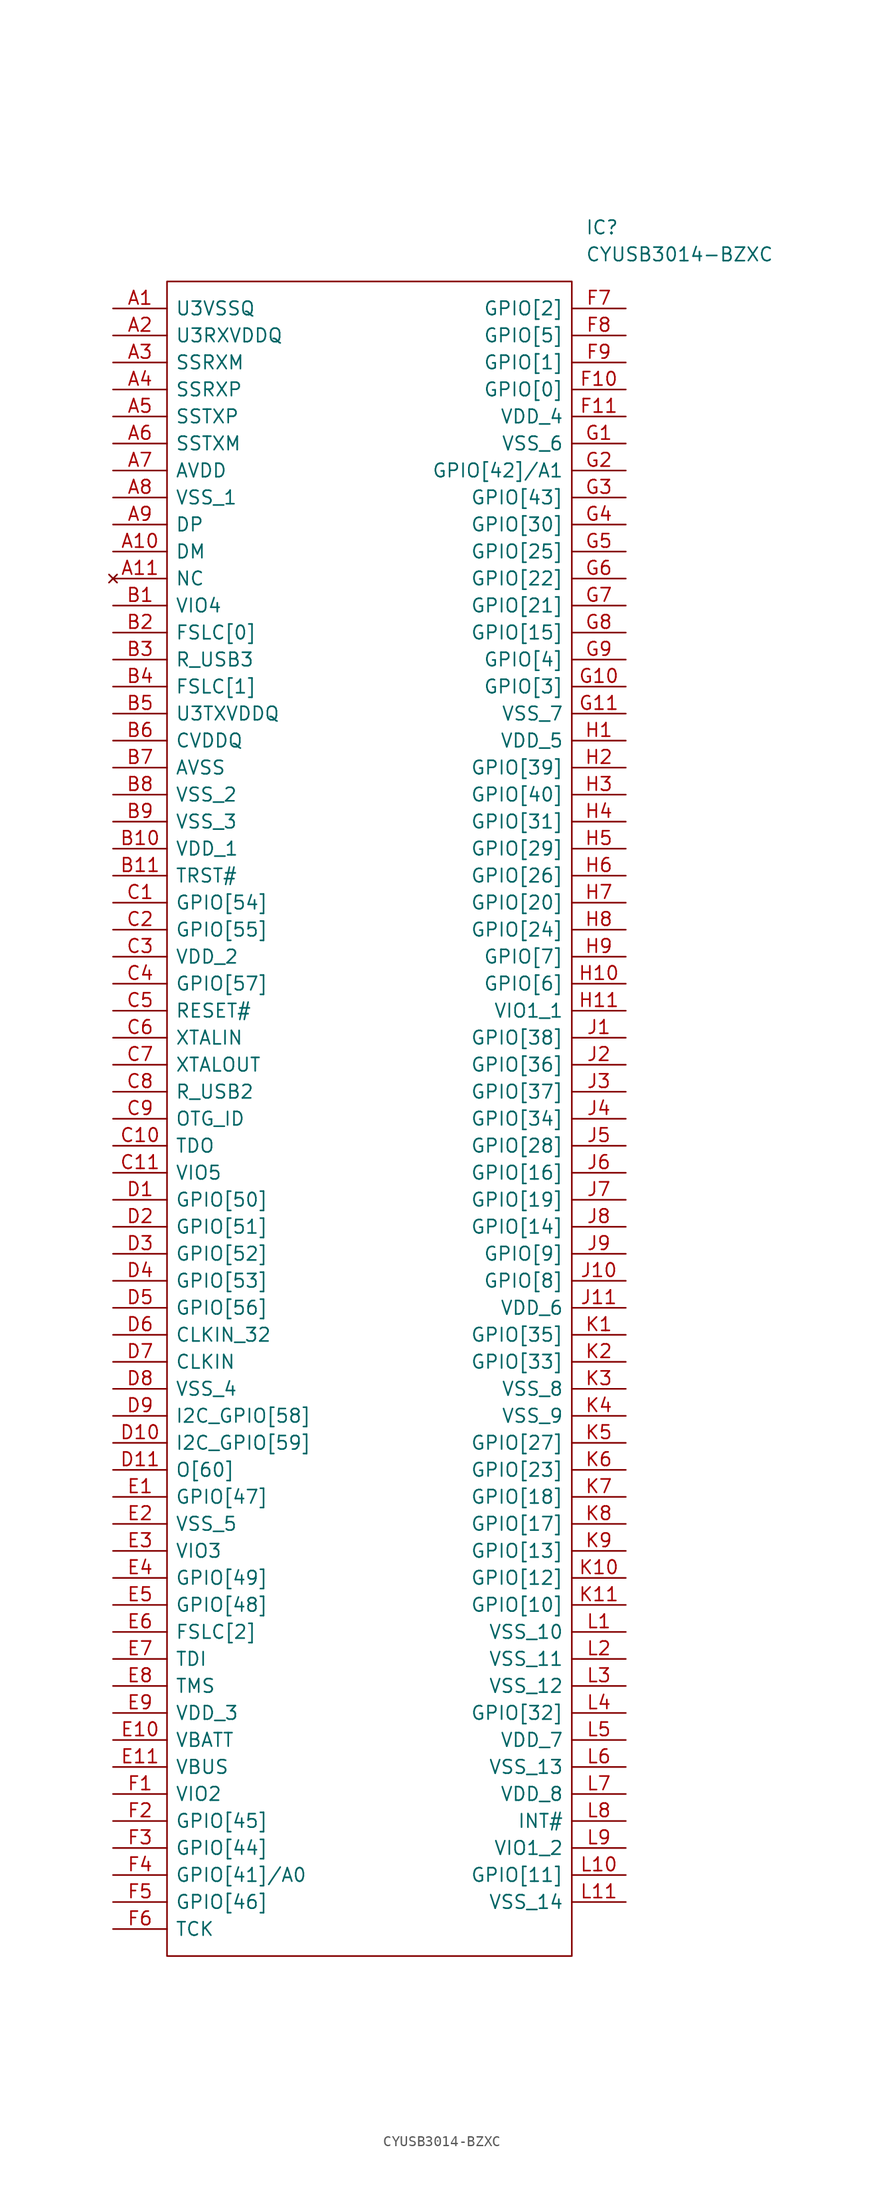
<source format=kicad_sym>
(kicad_symbol_lib
  (version 20211014)
  (generator kicad_symbol_editor)
  (symbol "CYUSB3014-BZXC"
    (pin_names
      (offset 0.762))
    (property "Reference" "IC"
      (at 44.45 7.62 0)
      (effects (font (size 1.27 1.27)) (justify left)))
    (property "Value" "CYUSB3014-BZXC"
      (at 44.45 5.08 0)
      (effects (font (size 1.27 1.27)) (justify left)))
    (symbol "CYUSB3014-BZXC_0_0"
      (pin passive line (at 0 0 0) (length 5.08) (name "U3VSSQ" (effects (font (size 1.27 1.27)))) (number "A1" (effects (font (size 1.27 1.27)))))
      (pin passive line (at 0 -22.86 0) (length 5.08) (name "DM" (effects (font (size 1.27 1.27)))) (number "A10" (effects (font (size 1.27 1.27)))))
      (pin no_connect line (at 0 -25.4 0) (length 5.08) (name "NC" (effects (font (size 1.27 1.27)))) (number "A11" (effects (font (size 1.27 1.27)))))
      (pin passive line (at 0 -2.54 0) (length 5.08) (name "U3RXVDDQ" (effects (font (size 1.27 1.27)))) (number "A2" (effects (font (size 1.27 1.27)))))
      (pin passive line (at 0 -5.08 0) (length 5.08) (name "SSRXM" (effects (font (size 1.27 1.27)))) (number "A3" (effects (font (size 1.27 1.27)))))
      (pin passive line (at 0 -7.62 0) (length 5.08) (name "SSRXP" (effects (font (size 1.27 1.27)))) (number "A4" (effects (font (size 1.27 1.27)))))
      (pin passive line (at 0 -10.16 0) (length 5.08) (name "SSTXP" (effects (font (size 1.27 1.27)))) (number "A5" (effects (font (size 1.27 1.27)))))
      (pin passive line (at 0 -12.7 0) (length 5.08) (name "SSTXM" (effects (font (size 1.27 1.27)))) (number "A6" (effects (font (size 1.27 1.27)))))
      (pin passive line (at 0 -15.24 0) (length 5.08) (name "AVDD" (effects (font (size 1.27 1.27)))) (number "A7" (effects (font (size 1.27 1.27)))))
      (pin passive line (at 0 -17.78 0) (length 5.08) (name "VSS_1" (effects (font (size 1.27 1.27)))) (number "A8" (effects (font (size 1.27 1.27)))))
      (pin passive line (at 0 -20.32 0) (length 5.08) (name "DP" (effects (font (size 1.27 1.27)))) (number "A9" (effects (font (size 1.27 1.27)))))
      (pin passive line (at 0 -27.94 0) (length 5.08) (name "VIO4" (effects (font (size 1.27 1.27)))) (number "B1" (effects (font (size 1.27 1.27)))))
      (pin passive line (at 0 -50.8 0) (length 5.08) (name "VDD_1" (effects (font (size 1.27 1.27)))) (number "B10" (effects (font (size 1.27 1.27)))))
      (pin passive line (at 0 -53.34 0) (length 5.08) (name "TRST#" (effects (font (size 1.27 1.27)))) (number "B11" (effects (font (size 1.27 1.27)))))
      (pin passive line (at 0 -30.48 0) (length 5.08) (name "FSLC[0]" (effects (font (size 1.27 1.27)))) (number "B2" (effects (font (size 1.27 1.27)))))
      (pin passive line (at 0 -33.02 0) (length 5.08) (name "R_USB3" (effects (font (size 1.27 1.27)))) (number "B3" (effects (font (size 1.27 1.27)))))
      (pin passive line (at 0 -35.56 0) (length 5.08) (name "FSLC[1]" (effects (font (size 1.27 1.27)))) (number "B4" (effects (font (size 1.27 1.27)))))
      (pin passive line (at 0 -38.1 0) (length 5.08) (name "U3TXVDDQ" (effects (font (size 1.27 1.27)))) (number "B5" (effects (font (size 1.27 1.27)))))
      (pin passive line (at 0 -40.64 0) (length 5.08) (name "CVDDQ" (effects (font (size 1.27 1.27)))) (number "B6" (effects (font (size 1.27 1.27)))))
      (pin passive line (at 0 -43.18 0) (length 5.08) (name "AVSS" (effects (font (size 1.27 1.27)))) (number "B7" (effects (font (size 1.27 1.27)))))
      (pin passive line (at 0 -45.72 0) (length 5.08) (name "VSS_2" (effects (font (size 1.27 1.27)))) (number "B8" (effects (font (size 1.27 1.27)))))
      (pin passive line (at 0 -48.26 0) (length 5.08) (name "VSS_3" (effects (font (size 1.27 1.27)))) (number "B9" (effects (font (size 1.27 1.27)))))
      (pin passive line (at 0 -55.88 0) (length 5.08) (name "GPIO[54]" (effects (font (size 1.27 1.27)))) (number "C1" (effects (font (size 1.27 1.27)))))
      (pin passive line (at 0 -78.74 0) (length 5.08) (name "TDO" (effects (font (size 1.27 1.27)))) (number "C10" (effects (font (size 1.27 1.27)))))
      (pin passive line (at 0 -81.28 0) (length 5.08) (name "VIO5" (effects (font (size 1.27 1.27)))) (number "C11" (effects (font (size 1.27 1.27)))))
      (pin passive line (at 0 -58.42 0) (length 5.08) (name "GPIO[55]" (effects (font (size 1.27 1.27)))) (number "C2" (effects (font (size 1.27 1.27)))))
      (pin passive line (at 0 -60.96 0) (length 5.08) (name "VDD_2" (effects (font (size 1.27 1.27)))) (number "C3" (effects (font (size 1.27 1.27)))))
      (pin passive line (at 0 -63.5 0) (length 5.08) (name "GPIO[57]" (effects (font (size 1.27 1.27)))) (number "C4" (effects (font (size 1.27 1.27)))))
      (pin passive line (at 0 -66.04 0) (length 5.08) (name "RESET#" (effects (font (size 1.27 1.27)))) (number "C5" (effects (font (size 1.27 1.27)))))
      (pin passive line (at 0 -68.58 0) (length 5.08) (name "XTALIN" (effects (font (size 1.27 1.27)))) (number "C6" (effects (font (size 1.27 1.27)))))
      (pin passive line (at 0 -71.12 0) (length 5.08) (name "XTALOUT" (effects (font (size 1.27 1.27)))) (number "C7" (effects (font (size 1.27 1.27)))))
      (pin passive line (at 0 -73.66 0) (length 5.08) (name "R_USB2" (effects (font (size 1.27 1.27)))) (number "C8" (effects (font (size 1.27 1.27)))))
      (pin passive line (at 0 -76.2 0) (length 5.08) (name "OTG_ID" (effects (font (size 1.27 1.27)))) (number "C9" (effects (font (size 1.27 1.27)))))
      (pin passive line (at 0 -83.82 0) (length 5.08) (name "GPIO[50]" (effects (font (size 1.27 1.27)))) (number "D1" (effects (font (size 1.27 1.27)))))
      (pin passive line (at 0 -106.68 0) (length 5.08) (name "I2C_GPIO[59]" (effects (font (size 1.27 1.27)))) (number "D10" (effects (font (size 1.27 1.27)))))
      (pin passive line (at 0 -109.22 0) (length 5.08) (name "O[60]" (effects (font (size 1.27 1.27)))) (number "D11" (effects (font (size 1.27 1.27)))))
      (pin passive line (at 0 -86.36 0) (length 5.08) (name "GPIO[51]" (effects (font (size 1.27 1.27)))) (number "D2" (effects (font (size 1.27 1.27)))))
      (pin passive line (at 0 -88.9 0) (length 5.08) (name "GPIO[52]" (effects (font (size 1.27 1.27)))) (number "D3" (effects (font (size 1.27 1.27)))))
      (pin passive line (at 0 -91.44 0) (length 5.08) (name "GPIO[53]" (effects (font (size 1.27 1.27)))) (number "D4" (effects (font (size 1.27 1.27)))))
      (pin passive line (at 0 -93.98 0) (length 5.08) (name "GPIO[56]" (effects (font (size 1.27 1.27)))) (number "D5" (effects (font (size 1.27 1.27)))))
      (pin passive line (at 0 -96.52 0) (length 5.08) (name "CLKIN_32" (effects (font (size 1.27 1.27)))) (number "D6" (effects (font (size 1.27 1.27)))))
      (pin passive line (at 0 -99.06 0) (length 5.08) (name "CLKIN" (effects (font (size 1.27 1.27)))) (number "D7" (effects (font (size 1.27 1.27)))))
      (pin passive line (at 0 -101.6 0) (length 5.08) (name "VSS_4" (effects (font (size 1.27 1.27)))) (number "D8" (effects (font (size 1.27 1.27)))))
      (pin passive line (at 0 -104.14 0) (length 5.08) (name "I2C_GPIO[58]" (effects (font (size 1.27 1.27)))) (number "D9" (effects (font (size 1.27 1.27)))))
      (pin passive line (at 0 -111.76 0) (length 5.08) (name "GPIO[47]" (effects (font (size 1.27 1.27)))) (number "E1" (effects (font (size 1.27 1.27)))))
      (pin passive line (at 0 -134.62 0) (length 5.08) (name "VBATT" (effects (font (size 1.27 1.27)))) (number "E10" (effects (font (size 1.27 1.27)))))
      (pin passive line (at 0 -137.16 0) (length 5.08) (name "VBUS" (effects (font (size 1.27 1.27)))) (number "E11" (effects (font (size 1.27 1.27)))))
      (pin passive line (at 0 -114.3 0) (length 5.08) (name "VSS_5" (effects (font (size 1.27 1.27)))) (number "E2" (effects (font (size 1.27 1.27)))))
      (pin passive line (at 0 -116.84 0) (length 5.08) (name "VIO3" (effects (font (size 1.27 1.27)))) (number "E3" (effects (font (size 1.27 1.27)))))
      (pin passive line (at 0 -119.38 0) (length 5.08) (name "GPIO[49]" (effects (font (size 1.27 1.27)))) (number "E4" (effects (font (size 1.27 1.27)))))
      (pin passive line (at 0 -121.92 0) (length 5.08) (name "GPIO[48]" (effects (font (size 1.27 1.27)))) (number "E5" (effects (font (size 1.27 1.27)))))
      (pin passive line (at 0 -124.46 0) (length 5.08) (name "FSLC[2]" (effects (font (size 1.27 1.27)))) (number "E6" (effects (font (size 1.27 1.27)))))
      (pin passive line (at 0 -127 0) (length 5.08) (name "TDI" (effects (font (size 1.27 1.27)))) (number "E7" (effects (font (size 1.27 1.27)))))
      (pin passive line (at 0 -129.54 0) (length 5.08) (name "TMS" (effects (font (size 1.27 1.27)))) (number "E8" (effects (font (size 1.27 1.27)))))
      (pin passive line (at 0 -132.08 0) (length 5.08) (name "VDD_3" (effects (font (size 1.27 1.27)))) (number "E9" (effects (font (size 1.27 1.27)))))
      (pin passive line (at 0 -139.7 0) (length 5.08) (name "VIO2" (effects (font (size 1.27 1.27)))) (number "F1" (effects (font (size 1.27 1.27)))))
      (pin passive line (at 48.26 -7.62 180) (length 5.08) (name "GPIO[0]" (effects (font (size 1.27 1.27)))) (number "F10" (effects (font (size 1.27 1.27)))))
      (pin passive line (at 48.26 -10.16 180) (length 5.08) (name "VDD_4" (effects (font (size 1.27 1.27)))) (number "F11" (effects (font (size 1.27 1.27)))))
      (pin passive line (at 0 -142.24 0) (length 5.08) (name "GPIO[45]" (effects (font (size 1.27 1.27)))) (number "F2" (effects (font (size 1.27 1.27)))))
      (pin passive line (at 0 -144.78 0) (length 5.08) (name "GPIO[44]" (effects (font (size 1.27 1.27)))) (number "F3" (effects (font (size 1.27 1.27)))))
      (pin passive line (at 0 -147.32 0) (length 5.08) (name "GPIO[41]/A0" (effects (font (size 1.27 1.27)))) (number "F4" (effects (font (size 1.27 1.27)))))
      (pin passive line (at 0 -149.86 0) (length 5.08) (name "GPIO[46]" (effects (font (size 1.27 1.27)))) (number "F5" (effects (font (size 1.27 1.27)))))
      (pin passive line (at 0 -152.4 0) (length 5.08) (name "TCK" (effects (font (size 1.27 1.27)))) (number "F6" (effects (font (size 1.27 1.27)))))
      (pin passive line (at 48.26 0 180) (length 5.08) (name "GPIO[2]" (effects (font (size 1.27 1.27)))) (number "F7" (effects (font (size 1.27 1.27)))))
      (pin passive line (at 48.26 -2.54 180) (length 5.08) (name "GPIO[5]" (effects (font (size 1.27 1.27)))) (number "F8" (effects (font (size 1.27 1.27)))))
      (pin passive line (at 48.26 -5.08 180) (length 5.08) (name "GPIO[1]" (effects (font (size 1.27 1.27)))) (number "F9" (effects (font (size 1.27 1.27)))))
      (pin passive line (at 48.26 -12.7 180) (length 5.08) (name "VSS_6" (effects (font (size 1.27 1.27)))) (number "G1" (effects (font (size 1.27 1.27)))))
      (pin passive line (at 48.26 -35.56 180) (length 5.08) (name "GPIO[3]" (effects (font (size 1.27 1.27)))) (number "G10" (effects (font (size 1.27 1.27)))))
      (pin passive line (at 48.26 -38.1 180) (length 5.08) (name "VSS_7" (effects (font (size 1.27 1.27)))) (number "G11" (effects (font (size 1.27 1.27)))))
      (pin passive line (at 48.26 -15.24 180) (length 5.08) (name "GPIO[42]/A1" (effects (font (size 1.27 1.27)))) (number "G2" (effects (font (size 1.27 1.27)))))
      (pin passive line (at 48.26 -17.78 180) (length 5.08) (name "GPIO[43]" (effects (font (size 1.27 1.27)))) (number "G3" (effects (font (size 1.27 1.27)))))
      (pin passive line (at 48.26 -20.32 180) (length 5.08) (name "GPIO[30]" (effects (font (size 1.27 1.27)))) (number "G4" (effects (font (size 1.27 1.27)))))
      (pin passive line (at 48.26 -22.86 180) (length 5.08) (name "GPIO[25]" (effects (font (size 1.27 1.27)))) (number "G5" (effects (font (size 1.27 1.27)))))
      (pin passive line (at 48.26 -25.4 180) (length 5.08) (name "GPIO[22]" (effects (font (size 1.27 1.27)))) (number "G6" (effects (font (size 1.27 1.27)))))
      (pin passive line (at 48.26 -27.94 180) (length 5.08) (name "GPIO[21]" (effects (font (size 1.27 1.27)))) (number "G7" (effects (font (size 1.27 1.27)))))
      (pin passive line (at 48.26 -30.48 180) (length 5.08) (name "GPIO[15]" (effects (font (size 1.27 1.27)))) (number "G8" (effects (font (size 1.27 1.27)))))
      (pin passive line (at 48.26 -33.02 180) (length 5.08) (name "GPIO[4]" (effects (font (size 1.27 1.27)))) (number "G9" (effects (font (size 1.27 1.27)))))
      (pin passive line (at 48.26 -40.64 180) (length 5.08) (name "VDD_5" (effects (font (size 1.27 1.27)))) (number "H1" (effects (font (size 1.27 1.27)))))
      (pin passive line (at 48.26 -63.5 180) (length 5.08) (name "GPIO[6]" (effects (font (size 1.27 1.27)))) (number "H10" (effects (font (size 1.27 1.27)))))
      (pin passive line (at 48.26 -66.04 180) (length 5.08) (name "VIO1_1" (effects (font (size 1.27 1.27)))) (number "H11" (effects (font (size 1.27 1.27)))))
      (pin passive line (at 48.26 -43.18 180) (length 5.08) (name "GPIO[39]" (effects (font (size 1.27 1.27)))) (number "H2" (effects (font (size 1.27 1.27)))))
      (pin passive line (at 48.26 -45.72 180) (length 5.08) (name "GPIO[40]" (effects (font (size 1.27 1.27)))) (number "H3" (effects (font (size 1.27 1.27)))))
      (pin passive line (at 48.26 -48.26 180) (length 5.08) (name "GPIO[31]" (effects (font (size 1.27 1.27)))) (number "H4" (effects (font (size 1.27 1.27)))))
      (pin passive line (at 48.26 -50.8 180) (length 5.08) (name "GPIO[29]" (effects (font (size 1.27 1.27)))) (number "H5" (effects (font (size 1.27 1.27)))))
      (pin passive line (at 48.26 -53.34 180) (length 5.08) (name "GPIO[26]" (effects (font (size 1.27 1.27)))) (number "H6" (effects (font (size 1.27 1.27)))))
      (pin passive line (at 48.26 -55.88 180) (length 5.08) (name "GPIO[20]" (effects (font (size 1.27 1.27)))) (number "H7" (effects (font (size 1.27 1.27)))))
      (pin passive line (at 48.26 -58.42 180) (length 5.08) (name "GPIO[24]" (effects (font (size 1.27 1.27)))) (number "H8" (effects (font (size 1.27 1.27)))))
      (pin passive line (at 48.26 -60.96 180) (length 5.08) (name "GPIO[7]" (effects (font (size 1.27 1.27)))) (number "H9" (effects (font (size 1.27 1.27)))))
      (pin passive line (at 48.26 -68.58 180) (length 5.08) (name "GPIO[38]" (effects (font (size 1.27 1.27)))) (number "J1" (effects (font (size 1.27 1.27)))))
      (pin passive line (at 48.26 -91.44 180) (length 5.08) (name "GPIO[8]" (effects (font (size 1.27 1.27)))) (number "J10" (effects (font (size 1.27 1.27)))))
      (pin passive line (at 48.26 -93.98 180) (length 5.08) (name "VDD_6" (effects (font (size 1.27 1.27)))) (number "J11" (effects (font (size 1.27 1.27)))))
      (pin passive line (at 48.26 -71.12 180) (length 5.08) (name "GPIO[36]" (effects (font (size 1.27 1.27)))) (number "J2" (effects (font (size 1.27 1.27)))))
      (pin passive line (at 48.26 -73.66 180) (length 5.08) (name "GPIO[37]" (effects (font (size 1.27 1.27)))) (number "J3" (effects (font (size 1.27 1.27)))))
      (pin passive line (at 48.26 -76.2 180) (length 5.08) (name "GPIO[34]" (effects (font (size 1.27 1.27)))) (number "J4" (effects (font (size 1.27 1.27)))))
      (pin passive line (at 48.26 -78.74 180) (length 5.08) (name "GPIO[28]" (effects (font (size 1.27 1.27)))) (number "J5" (effects (font (size 1.27 1.27)))))
      (pin passive line (at 48.26 -81.28 180) (length 5.08) (name "GPIO[16]" (effects (font (size 1.27 1.27)))) (number "J6" (effects (font (size 1.27 1.27)))))
      (pin passive line (at 48.26 -83.82 180) (length 5.08) (name "GPIO[19]" (effects (font (size 1.27 1.27)))) (number "J7" (effects (font (size 1.27 1.27)))))
      (pin passive line (at 48.26 -86.36 180) (length 5.08) (name "GPIO[14]" (effects (font (size 1.27 1.27)))) (number "J8" (effects (font (size 1.27 1.27)))))
      (pin passive line (at 48.26 -88.9 180) (length 5.08) (name "GPIO[9]" (effects (font (size 1.27 1.27)))) (number "J9" (effects (font (size 1.27 1.27)))))
      (pin passive line (at 48.26 -96.52 180) (length 5.08) (name "GPIO[35]" (effects (font (size 1.27 1.27)))) (number "K1" (effects (font (size 1.27 1.27)))))
      (pin passive line (at 48.26 -119.38 180) (length 5.08) (name "GPIO[12]" (effects (font (size 1.27 1.27)))) (number "K10" (effects (font (size 1.27 1.27)))))
      (pin passive line (at 48.26 -121.92 180) (length 5.08) (name "GPIO[10]" (effects (font (size 1.27 1.27)))) (number "K11" (effects (font (size 1.27 1.27)))))
      (pin passive line (at 48.26 -99.06 180) (length 5.08) (name "GPIO[33]" (effects (font (size 1.27 1.27)))) (number "K2" (effects (font (size 1.27 1.27)))))
      (pin passive line (at 48.26 -101.6 180) (length 5.08) (name "VSS_8" (effects (font (size 1.27 1.27)))) (number "K3" (effects (font (size 1.27 1.27)))))
      (pin passive line (at 48.26 -104.14 180) (length 5.08) (name "VSS_9" (effects (font (size 1.27 1.27)))) (number "K4" (effects (font (size 1.27 1.27)))))
      (pin passive line (at 48.26 -106.68 180) (length 5.08) (name "GPIO[27]" (effects (font (size 1.27 1.27)))) (number "K5" (effects (font (size 1.27 1.27)))))
      (pin passive line (at 48.26 -109.22 180) (length 5.08) (name "GPIO[23]" (effects (font (size 1.27 1.27)))) (number "K6" (effects (font (size 1.27 1.27)))))
      (pin passive line (at 48.26 -111.76 180) (length 5.08) (name "GPIO[18]" (effects (font (size 1.27 1.27)))) (number "K7" (effects (font (size 1.27 1.27)))))
      (pin passive line (at 48.26 -114.3 180) (length 5.08) (name "GPIO[17]" (effects (font (size 1.27 1.27)))) (number "K8" (effects (font (size 1.27 1.27)))))
      (pin passive line (at 48.26 -116.84 180) (length 5.08) (name "GPIO[13]" (effects (font (size 1.27 1.27)))) (number "K9" (effects (font (size 1.27 1.27)))))
      (pin passive line (at 48.26 -124.46 180) (length 5.08) (name "VSS_10" (effects (font (size 1.27 1.27)))) (number "L1" (effects (font (size 1.27 1.27)))))
      (pin passive line (at 48.26 -147.32 180) (length 5.08) (name "GPIO[11]" (effects (font (size 1.27 1.27)))) (number "L10" (effects (font (size 1.27 1.27)))))
      (pin passive line (at 48.26 -149.86 180) (length 5.08) (name "VSS_14" (effects (font (size 1.27 1.27)))) (number "L11" (effects (font (size 1.27 1.27)))))
      (pin passive line (at 48.26 -127 180) (length 5.08) (name "VSS_11" (effects (font (size 1.27 1.27)))) (number "L2" (effects (font (size 1.27 1.27)))))
      (pin passive line (at 48.26 -129.54 180) (length 5.08) (name "VSS_12" (effects (font (size 1.27 1.27)))) (number "L3" (effects (font (size 1.27 1.27)))))
      (pin passive line (at 48.26 -132.08 180) (length 5.08) (name "GPIO[32]" (effects (font (size 1.27 1.27)))) (number "L4" (effects (font (size 1.27 1.27)))))
      (pin passive line (at 48.26 -134.62 180) (length 5.08) (name "VDD_7" (effects (font (size 1.27 1.27)))) (number "L5" (effects (font (size 1.27 1.27)))))
      (pin passive line (at 48.26 -137.16 180) (length 5.08) (name "VSS_13" (effects (font (size 1.27 1.27)))) (number "L6" (effects (font (size 1.27 1.27)))))
      (pin passive line (at 48.26 -139.7 180) (length 5.08) (name "VDD_8" (effects (font (size 1.27 1.27)))) (number "L7" (effects (font (size 1.27 1.27)))))
      (pin passive line (at 48.26 -142.24 180) (length 5.08) (name "INT#" (effects (font (size 1.27 1.27)))) (number "L8" (effects (font (size 1.27 1.27)))))
      (pin passive line (at 48.26 -144.78 180) (length 5.08) (name "VIO1_2" (effects (font (size 1.27 1.27)))) (number "L9" (effects (font (size 1.27 1.27))))))
    (symbol "CYUSB3014-BZXC_0_1"
      (polyline (pts (xy 5.08 2.54) (xy 43.18 2.54) (xy 43.18 -154.94) (xy 5.08 -154.94) (xy 5.08 2.54)) (stroke (width 0.152) (type default) (color 0 0 0 0)) (fill (type none))))))
</source>
